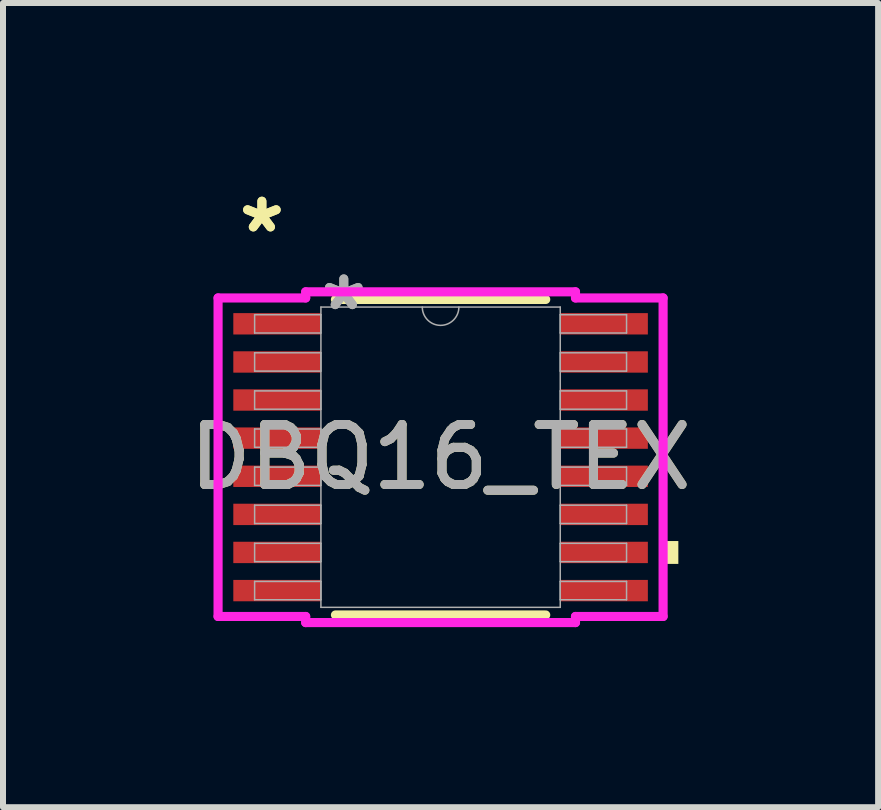
<source format=kicad_pcb>
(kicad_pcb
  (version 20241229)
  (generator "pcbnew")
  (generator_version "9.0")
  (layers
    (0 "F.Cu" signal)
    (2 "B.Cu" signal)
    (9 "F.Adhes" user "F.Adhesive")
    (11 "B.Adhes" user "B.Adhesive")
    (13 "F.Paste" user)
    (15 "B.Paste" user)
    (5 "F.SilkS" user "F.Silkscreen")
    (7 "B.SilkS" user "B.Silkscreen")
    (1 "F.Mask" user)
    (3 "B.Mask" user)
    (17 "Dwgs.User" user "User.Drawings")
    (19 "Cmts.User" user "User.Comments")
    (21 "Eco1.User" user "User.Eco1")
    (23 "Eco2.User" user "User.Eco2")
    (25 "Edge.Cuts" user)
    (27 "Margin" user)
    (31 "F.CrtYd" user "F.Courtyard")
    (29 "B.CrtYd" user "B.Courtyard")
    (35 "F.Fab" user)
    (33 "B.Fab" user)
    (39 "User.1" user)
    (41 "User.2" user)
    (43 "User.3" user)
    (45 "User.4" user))
  (footprint "DBQ16_TEX"
    (layer "F.Cu")
    (at 4.292 4.569)
    (property "Reference" "DBQ16_TEX" (at 0 0 0) (unlocked yes) (layer "F.SilkS") (effects (font (size 1 1) (thickness 0.15))))
    (attr smd)
    (fp_line (start -1.752 2.629) (end 1.752 2.629) (stroke (width 0.152) (type solid)) (layer "F.SilkS"))
    (fp_line (start 1.752 -2.629) (end -1.752 -2.629) (stroke (width 0.152) (type solid)) (layer "F.SilkS"))
    (fp_poly (pts (xy 3.962 1.397) (xy 3.962 1.778) (xy 3.708 1.778) (xy 3.708 1.397)) (stroke (width 0) (type solid)) (fill yes) (layer "F.SilkS"))
    (fp_line (start -3.708 -2.654) (end -2.248 -2.654) (stroke (width 0.152) (type solid)) (layer "F.CrtYd"))
    (fp_line (start -3.708 2.654) (end -3.708 -2.654) (stroke (width 0.152) (type solid)) (layer "F.CrtYd"))
    (fp_line (start -3.708 2.654) (end -2.248 2.654) (stroke (width 0.152) (type solid)) (layer "F.CrtYd"))
    (fp_line (start -2.248 -2.756) (end 2.248 -2.756) (stroke (width 0.152) (type solid)) (layer "F.CrtYd"))
    (fp_line (start -2.248 -2.654) (end -2.248 -2.756) (stroke (width 0.152) (type solid)) (layer "F.CrtYd"))
    (fp_line (start -2.248 2.756) (end -2.248 2.654) (stroke (width 0.152) (type solid)) (layer "F.CrtYd"))
    (fp_line (start 2.248 -2.756) (end 2.248 -2.654) (stroke (width 0.152) (type solid)) (layer "F.CrtYd"))
    (fp_line (start 2.248 2.654) (end 2.248 2.756) (stroke (width 0.152) (type solid)) (layer "F.CrtYd"))
    (fp_line (start 2.248 2.756) (end -2.248 2.756) (stroke (width 0.152) (type solid)) (layer "F.CrtYd"))
    (fp_line (start 3.708 -2.654) (end 2.248 -2.654) (stroke (width 0.152) (type solid)) (layer "F.CrtYd"))
    (fp_line (start 3.708 -2.654) (end 3.708 2.654) (stroke (width 0.152) (type solid)) (layer "F.CrtYd"))
    (fp_line (start 3.708 2.654) (end 2.248 2.654) (stroke (width 0.152) (type solid)) (layer "F.CrtYd"))
    (fp_line (start -3.099 -2.375) (end -3.099 -2.07) (stroke (width 0.025) (type solid)) (layer "F.Fab"))
    (fp_line (start -3.099 -2.07) (end -1.994 -2.07) (stroke (width 0.025) (type solid)) (layer "F.Fab"))
    (fp_line (start -3.099 -1.74) (end -3.099 -1.435) (stroke (width 0.025) (type solid)) (layer "F.Fab"))
    (fp_line (start -3.099 -1.435) (end -1.994 -1.435) (stroke (width 0.025) (type solid)) (layer "F.Fab"))
    (fp_line (start -3.099 -1.105) (end -3.099 -0.8) (stroke (width 0.025) (type solid)) (layer "F.Fab"))
    (fp_line (start -3.099 -0.8) (end -1.994 -0.8) (stroke (width 0.025) (type solid)) (layer "F.Fab"))
    (fp_line (start -3.099 -0.47) (end -3.099 -0.165) (stroke (width 0.025) (type solid)) (layer "F.Fab"))
    (fp_line (start -3.099 -0.165) (end -1.994 -0.165) (stroke (width 0.025) (type solid)) (layer "F.Fab"))
    (fp_line (start -3.099 0.165) (end -3.099 0.47) (stroke (width 0.025) (type solid)) (layer "F.Fab"))
    (fp_line (start -3.099 0.47) (end -1.994 0.47) (stroke (width 0.025) (type solid)) (layer "F.Fab"))
    (fp_line (start -3.099 0.8) (end -3.099 1.105) (stroke (width 0.025) (type solid)) (layer "F.Fab"))
    (fp_line (start -3.099 1.105) (end -1.994 1.105) (stroke (width 0.025) (type solid)) (layer "F.Fab"))
    (fp_line (start -3.099 1.435) (end -3.099 1.74) (stroke (width 0.025) (type solid)) (layer "F.Fab"))
    (fp_line (start -3.099 1.74) (end -1.994 1.74) (stroke (width 0.025) (type solid)) (layer "F.Fab"))
    (fp_line (start -3.099 2.07) (end -3.099 2.375) (stroke (width 0.025) (type solid)) (layer "F.Fab"))
    (fp_line (start -3.099 2.375) (end -1.994 2.375) (stroke (width 0.025) (type solid)) (layer "F.Fab"))
    (fp_line (start -1.994 -2.502) (end -1.994 2.502) (stroke (width 0.025) (type solid)) (layer "F.Fab"))
    (fp_line (start -1.994 -2.375) (end -3.099 -2.375) (stroke (width 0.025) (type solid)) (layer "F.Fab"))
    (fp_line (start -1.994 -2.07) (end -1.994 -2.375) (stroke (width 0.025) (type solid)) (layer "F.Fab"))
    (fp_line (start -1.994 -1.74) (end -3.099 -1.74) (stroke (width 0.025) (type solid)) (layer "F.Fab"))
    (fp_line (start -1.994 -1.435) (end -1.994 -1.74) (stroke (width 0.025) (type solid)) (layer "F.Fab"))
    (fp_line (start -1.994 -1.105) (end -3.099 -1.105) (stroke (width 0.025) (type solid)) (layer "F.Fab"))
    (fp_line (start -1.994 -0.8) (end -1.994 -1.105) (stroke (width 0.025) (type solid)) (layer "F.Fab"))
    (fp_line (start -1.994 -0.47) (end -3.099 -0.47) (stroke (width 0.025) (type solid)) (layer "F.Fab"))
    (fp_line (start -1.994 -0.165) (end -1.994 -0.47) (stroke (width 0.025) (type solid)) (layer "F.Fab"))
    (fp_line (start -1.994 0.165) (end -3.099 0.165) (stroke (width 0.025) (type solid)) (layer "F.Fab"))
    (fp_line (start -1.994 0.47) (end -1.994 0.165) (stroke (width 0.025) (type solid)) (layer "F.Fab"))
    (fp_line (start -1.994 0.8) (end -3.099 0.8) (stroke (width 0.025) (type solid)) (layer "F.Fab"))
    (fp_line (start -1.994 1.105) (end -1.994 0.8) (stroke (width 0.025) (type solid)) (layer "F.Fab"))
    (fp_line (start -1.994 1.435) (end -3.099 1.435) (stroke (width 0.025) (type solid)) (layer "F.Fab"))
    (fp_line (start -1.994 1.74) (end -1.994 1.435) (stroke (width 0.025) (type solid)) (layer "F.Fab"))
    (fp_line (start -1.994 2.07) (end -3.099 2.07) (stroke (width 0.025) (type solid)) (layer "F.Fab"))
    (fp_line (start -1.994 2.375) (end -1.994 2.07) (stroke (width 0.025) (type solid)) (layer "F.Fab"))
    (fp_line (start -1.994 2.502) (end 1.994 2.502) (stroke (width 0.025) (type solid)) (layer "F.Fab"))
    (fp_line (start 1.994 -2.502) (end -1.994 -2.502) (stroke (width 0.025) (type solid)) (layer "F.Fab"))
    (fp_line (start 1.994 -2.375) (end 1.994 -2.07) (stroke (width 0.025) (type solid)) (layer "F.Fab"))
    (fp_line (start 1.994 -2.07) (end 3.099 -2.07) (stroke (width 0.025) (type solid)) (layer "F.Fab"))
    (fp_line (start 1.994 -1.74) (end 1.994 -1.435) (stroke (width 0.025) (type solid)) (layer "F.Fab"))
    (fp_line (start 1.994 -1.435) (end 3.099 -1.435) (stroke (width 0.025) (type solid)) (layer "F.Fab"))
    (fp_line (start 1.994 -1.105) (end 1.994 -0.8) (stroke (width 0.025) (type solid)) (layer "F.Fab"))
    (fp_line (start 1.994 -0.8) (end 3.099 -0.8) (stroke (width 0.025) (type solid)) (layer "F.Fab"))
    (fp_line (start 1.994 -0.47) (end 1.994 -0.165) (stroke (width 0.025) (type solid)) (layer "F.Fab"))
    (fp_line (start 1.994 -0.165) (end 3.099 -0.165) (stroke (width 0.025) (type solid)) (layer "F.Fab"))
    (fp_line (start 1.994 0.165) (end 1.994 0.47) (stroke (width 0.025) (type solid)) (layer "F.Fab"))
    (fp_line (start 1.994 0.47) (end 3.099 0.47) (stroke (width 0.025) (type solid)) (layer "F.Fab"))
    (fp_line (start 1.994 0.8) (end 1.994 1.105) (stroke (width 0.025) (type solid)) (layer "F.Fab"))
    (fp_line (start 1.994 1.105) (end 3.099 1.105) (stroke (width 0.025) (type solid)) (layer "F.Fab"))
    (fp_line (start 1.994 1.435) (end 1.994 1.74) (stroke (width 0.025) (type solid)) (layer "F.Fab"))
    (fp_line (start 1.994 1.74) (end 3.099 1.74) (stroke (width 0.025) (type solid)) (layer "F.Fab"))
    (fp_line (start 1.994 2.07) (end 1.994 2.375) (stroke (width 0.025) (type solid)) (layer "F.Fab"))
    (fp_line (start 1.994 2.375) (end 3.099 2.375) (stroke (width 0.025) (type solid)) (layer "F.Fab"))
    (fp_line (start 1.994 2.502) (end 1.994 -2.502) (stroke (width 0.025) (type solid)) (layer "F.Fab"))
    (fp_line (start 3.099 -2.375) (end 1.994 -2.375) (stroke (width 0.025) (type solid)) (layer "F.Fab"))
    (fp_line (start 3.099 -2.07) (end 3.099 -2.375) (stroke (width 0.025) (type solid)) (layer "F.Fab"))
    (fp_line (start 3.099 -1.74) (end 1.994 -1.74) (stroke (width 0.025) (type solid)) (layer "F.Fab"))
    (fp_line (start 3.099 -1.435) (end 3.099 -1.74) (stroke (width 0.025) (type solid)) (layer "F.Fab"))
    (fp_line (start 3.099 -1.105) (end 1.994 -1.105) (stroke (width 0.025) (type solid)) (layer "F.Fab"))
    (fp_line (start 3.099 -0.8) (end 3.099 -1.105) (stroke (width 0.025) (type solid)) (layer "F.Fab"))
    (fp_line (start 3.099 -0.47) (end 1.994 -0.47) (stroke (width 0.025) (type solid)) (layer "F.Fab"))
    (fp_line (start 3.099 -0.165) (end 3.099 -0.47) (stroke (width 0.025) (type solid)) (layer "F.Fab"))
    (fp_line (start 3.099 0.165) (end 1.994 0.165) (stroke (width 0.025) (type solid)) (layer "F.Fab"))
    (fp_line (start 3.099 0.47) (end 3.099 0.165) (stroke (width 0.025) (type solid)) (layer "F.Fab"))
    (fp_line (start 3.099 0.8) (end 1.994 0.8) (stroke (width 0.025) (type solid)) (layer "F.Fab"))
    (fp_line (start 3.099 1.105) (end 3.099 0.8) (stroke (width 0.025) (type solid)) (layer "F.Fab"))
    (fp_line (start 3.099 1.435) (end 1.994 1.435) (stroke (width 0.025) (type solid)) (layer "F.Fab"))
    (fp_line (start 3.099 1.74) (end 3.099 1.435) (stroke (width 0.025) (type solid)) (layer "F.Fab"))
    (fp_line (start 3.099 2.07) (end 1.994 2.07) (stroke (width 0.025) (type solid)) (layer "F.Fab"))
    (fp_line (start 3.099 2.375) (end 3.099 2.07) (stroke (width 0.025) (type solid)) (layer "F.Fab"))
    (fp_arc (start 0.3048 -2.5019) (mid 0 -2.1971) (end -0.3048 -2.5019) (stroke (width 0.0254) (type solid)) (layer "F.Fab"))
    (fp_text user "*" (at -2.978 -3.721 0) (unlocked yes) (layer "F.SilkS") (effects (font (size 1 1) (thickness 0.15))))
    (fp_text user "*" (at -2.978 -3.721 0) (layer "F.SilkS") (effects (font (size 1 1) (thickness 0.15))))
    (fp_text user "*" (at -1.613 -2.426 0) (layer "F.Fab") (effects (font (size 1 1) (thickness 0.15))))
    (fp_text user "${REFERENCE}" (at 0 0 0) (unlocked yes) (layer "F.Fab") (effects (font (size 1 1) (thickness 0.15))))
    (fp_text user "*" (at -1.613 -2.426 0) (unlocked yes) (layer "F.Fab") (effects (font (size 1 1) (thickness 0.15))))
    (pad "1" smd rect (at -2.724 -2.223) (size 1.46 0.356) (layers "F.Cu" "F.Mask" "F.Paste"))
    (pad "2" smd rect (at -2.724 -1.587) (size 1.46 0.356) (layers "F.Cu" "F.Mask" "F.Paste"))
    (pad "3" smd rect (at -2.724 -0.953) (size 1.46 0.356) (layers "F.Cu" "F.Mask" "F.Paste"))
    (pad "4" smd rect (at -2.724 -0.318) (size 1.46 0.356) (layers "F.Cu" "F.Mask" "F.Paste"))
    (pad "5" smd rect (at -2.724 0.318) (size 1.46 0.356) (layers "F.Cu" "F.Mask" "F.Paste"))
    (pad "6" smd rect (at -2.724 0.953) (size 1.46 0.356) (layers "F.Cu" "F.Mask" "F.Paste"))
    (pad "7" smd rect (at -2.724 1.587) (size 1.46 0.356) (layers "F.Cu" "F.Mask" "F.Paste"))
    (pad "8" smd rect (at -2.724 2.223) (size 1.46 0.356) (layers "F.Cu" "F.Mask" "F.Paste"))
    (pad "9" smd rect (at 2.724 2.223) (size 1.46 0.356) (layers "F.Cu" "F.Mask" "F.Paste"))
    (pad "10" smd rect (at 2.724 1.587) (size 1.46 0.356) (layers "F.Cu" "F.Mask" "F.Paste"))
    (pad "11" smd rect (at 2.724 0.953) (size 1.46 0.356) (layers "F.Cu" "F.Mask" "F.Paste"))
    (pad "12" smd rect (at 2.724 0.318) (size 1.46 0.356) (layers "F.Cu" "F.Mask" "F.Paste"))
    (pad "13" smd rect (at 2.724 -0.318) (size 1.46 0.356) (layers "F.Cu" "F.Mask" "F.Paste"))
    (pad "14" smd rect (at 2.724 -0.953) (size 1.46 0.356) (layers "F.Cu" "F.Mask" "F.Paste"))
    (pad "15" smd rect (at 2.724 -1.587) (size 1.46 0.356) (layers "F.Cu" "F.Mask" "F.Paste"))
    (pad "16" smd rect (at 2.724 -2.223) (size 1.46 0.356) (layers "F.Cu" "F.Mask" "F.Paste")))
  (gr_rect
    (start -3 -3)
    (end 11.583 10.401)
    (stroke (width 0.1) (type default))
    (fill no)
    (layer "Edge.Cuts")))
</source>
